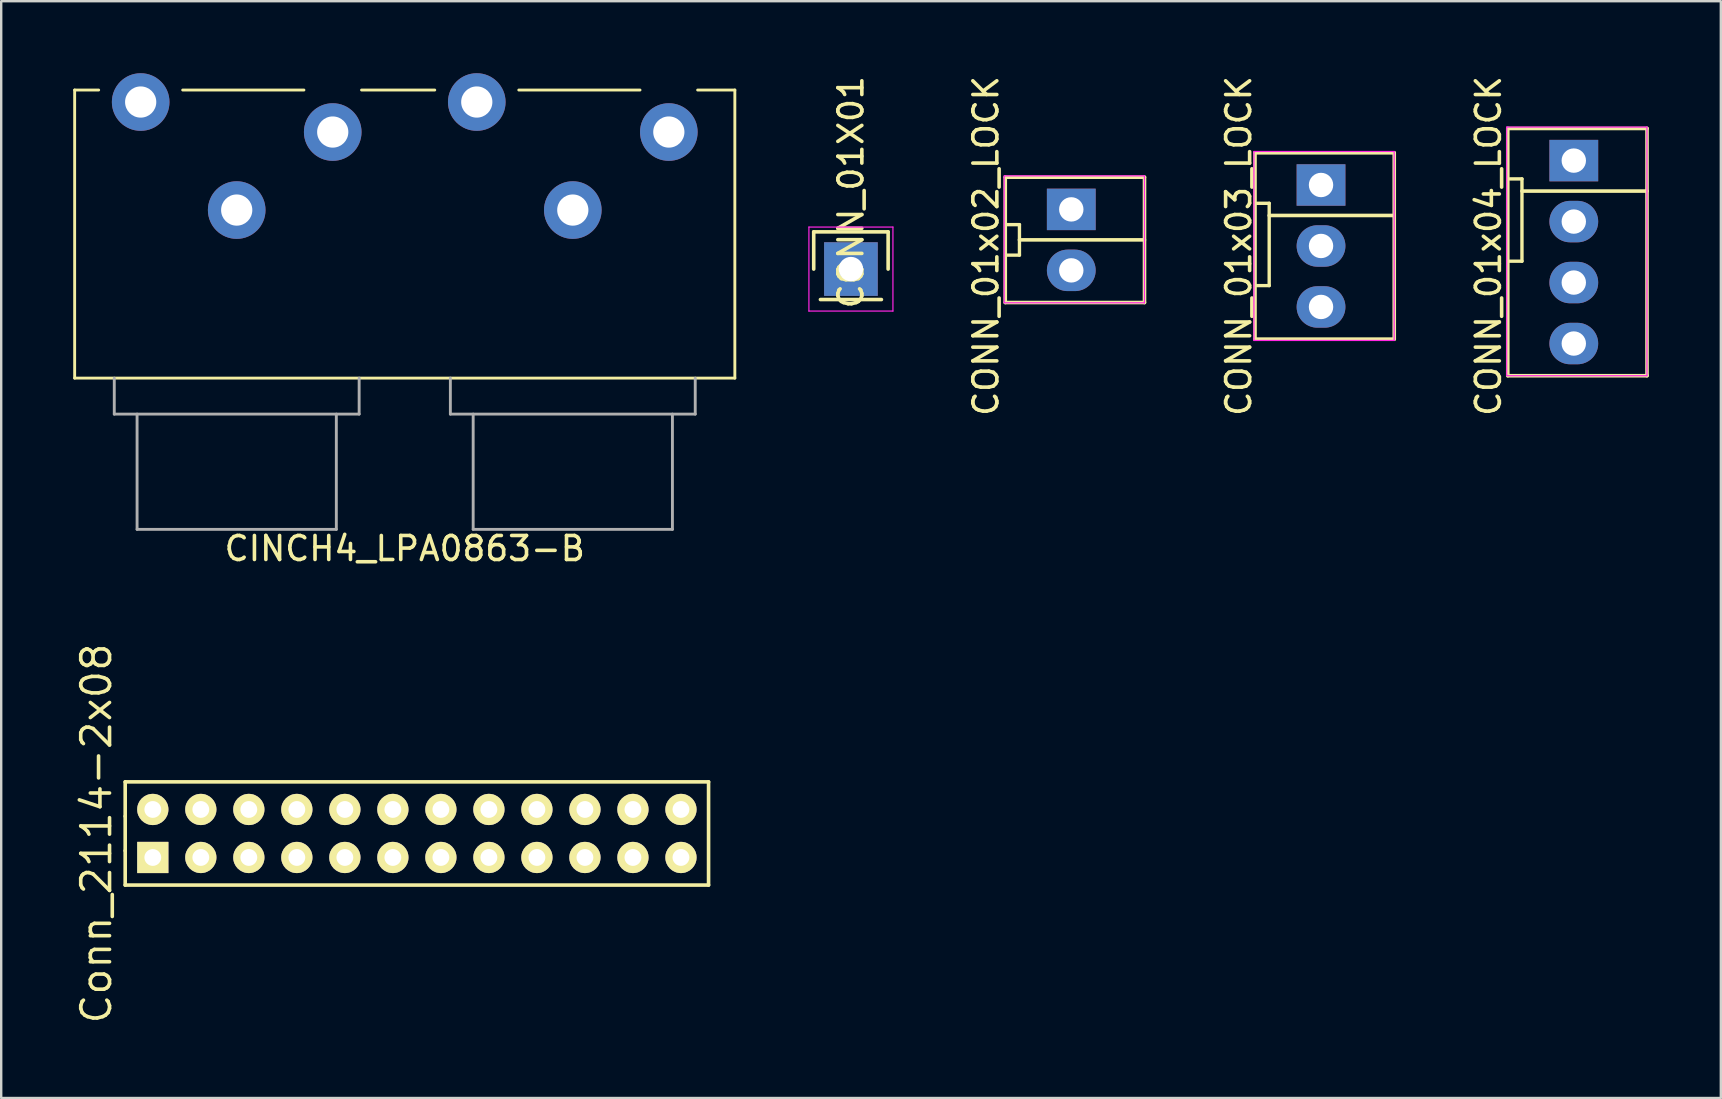
<source format=kicad_pcb>
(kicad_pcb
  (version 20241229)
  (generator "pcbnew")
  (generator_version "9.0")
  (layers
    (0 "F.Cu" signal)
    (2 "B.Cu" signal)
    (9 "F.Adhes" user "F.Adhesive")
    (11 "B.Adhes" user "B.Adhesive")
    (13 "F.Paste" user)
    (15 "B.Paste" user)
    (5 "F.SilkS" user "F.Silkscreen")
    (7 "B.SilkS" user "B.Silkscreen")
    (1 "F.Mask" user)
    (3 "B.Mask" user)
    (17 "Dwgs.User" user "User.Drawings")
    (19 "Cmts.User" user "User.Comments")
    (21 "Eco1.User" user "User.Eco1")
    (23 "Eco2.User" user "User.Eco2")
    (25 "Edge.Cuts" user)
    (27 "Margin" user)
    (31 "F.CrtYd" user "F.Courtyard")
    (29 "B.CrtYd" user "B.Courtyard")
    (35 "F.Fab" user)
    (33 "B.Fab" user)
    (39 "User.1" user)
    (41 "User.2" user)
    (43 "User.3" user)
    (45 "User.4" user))
  (footprint "CINCH4_LPA0863-B"
    (layer "F.Cu")
    (at 13.81 12.7)
    (property "Reference" "CINCH4_LPA0863-B" (at 0 7.1 0) (layer "F.SilkS") (effects (font (size 1 1) (thickness 0.15))))
    (attr through_hole)
    (fp_line (start -13.75 -12) (end -12.75 -12) (stroke (width 0.12) (type solid)) (layer "F.SilkS"))
    (fp_line (start -13.75 0) (end -13.75 -12) (stroke (width 0.12) (type solid)) (layer "F.SilkS"))
    (fp_line (start -13.75 0) (end 13.75 0) (stroke (width 0.12) (type solid)) (layer "F.SilkS"))
    (fp_line (start -9.25 -12) (end -4.2 -12) (stroke (width 0.12) (type solid)) (layer "F.SilkS"))
    (fp_line (start -1.8 -12) (end 1.25 -12) (stroke (width 0.12) (type solid)) (layer "F.SilkS"))
    (fp_line (start 9.8 -12) (end 4.75 -12) (stroke (width 0.12) (type solid)) (layer "F.SilkS"))
    (fp_line (start 13.75 -12) (end 12.2 -12) (stroke (width 0.12) (type solid)) (layer "F.SilkS"))
    (fp_line (start 13.75 0) (end 13.75 -12) (stroke (width 0.12) (type solid)) (layer "F.SilkS"))
    (fp_line (start -12.1 1.5) (end -12.1 0) (stroke (width 0.12) (type solid)) (layer "F.Fab"))
    (fp_line (start -11.15 1.5) (end -11.15 6.3) (stroke (width 0.12) (type solid)) (layer "F.Fab"))
    (fp_line (start -11.15 6.3) (end -2.85 6.3) (stroke (width 0.12) (type solid)) (layer "F.Fab"))
    (fp_line (start -2.85 6.3) (end -2.85 1.5) (stroke (width 0.12) (type solid)) (layer "F.Fab"))
    (fp_line (start -1.9 0) (end -1.9 1.5) (stroke (width 0.12) (type solid)) (layer "F.Fab"))
    (fp_line (start -1.9 1.5) (end -12.1 1.5) (stroke (width 0.12) (type solid)) (layer "F.Fab"))
    (fp_line (start 1.9 1.5) (end 1.9 0) (stroke (width 0.12) (type solid)) (layer "F.Fab"))
    (fp_line (start 2.85 1.5) (end 2.85 6.3) (stroke (width 0.12) (type solid)) (layer "F.Fab"))
    (fp_line (start 2.85 6.3) (end 11.15 6.3) (stroke (width 0.12) (type solid)) (layer "F.Fab"))
    (fp_line (start 11.15 6.3) (end 11.15 1.5) (stroke (width 0.12) (type solid)) (layer "F.Fab"))
    (fp_line (start 12.1 0) (end 12.1 1.5) (stroke (width 0.12) (type solid)) (layer "F.Fab"))
    (fp_line (start 12.1 1.5) (end 1.9 1.5) (stroke (width 0.12) (type solid)) (layer "F.Fab"))
    (pad "1" thru_hole circle (at -11 -11.5) (size 2.4 2.4) (drill 1.3) (layers "*.Cu" "*.Mask"))
    (pad "2" thru_hole circle (at -7 -7) (size 2.4 2.4) (drill 1.3) (layers "*.Cu" "*.Mask"))
    (pad "3" thru_hole circle (at -3 -10.25) (size 2.4 2.4) (drill 1.3) (layers "*.Cu" "*.Mask"))
    (pad "4" thru_hole circle (at 3 -11.5) (size 2.4 2.4) (drill 1.3) (layers "*.Cu" "*.Mask"))
    (pad "5" thru_hole circle (at 7 -7) (size 2.4 2.4) (drill 1.3) (layers "*.Cu" "*.Mask"))
    (pad "6" thru_hole circle (at 11 -10.25) (size 2.4 2.4) (drill 1.3) (layers "*.Cu" "*.Mask")))
  (footprint "CONN_01x04_LOCK"
    (layer "F.Cu")
    (at 62.506 7.45)
    (property "Reference" "CONN_01x04_LOCK" (at -3.556 -0.254 90) (layer "F.SilkS") (effects (font (size 1 1) (thickness 0.15))))
    (attr through_hole)
    (fp_line (start -2.75 -5.15) (end -2.75 5.15) (stroke (width 0.15) (type solid)) (layer "F.SilkS"))
    (fp_line (start -2.75 -5.15) (end 3.05 -5.15) (stroke (width 0.15) (type solid)) (layer "F.SilkS"))
    (fp_line (start -2.75 5.15) (end 3.05 5.15) (stroke (width 0.15) (type solid)) (layer "F.SilkS"))
    (fp_line (start -2.159 -3.048) (end -2.667 -3.048) (stroke (width 0.14) (type solid)) (layer "F.SilkS"))
    (fp_line (start -2.159 -3.048) (end -2.159 0.381) (stroke (width 0.14) (type solid)) (layer "F.SilkS"))
    (fp_line (start -2.159 0.381) (end -2.667 0.381) (stroke (width 0.14) (type solid)) (layer "F.SilkS"))
    (fp_line (start 3.048 -2.54) (end -2.159 -2.54) (stroke (width 0.15) (type solid)) (layer "F.SilkS"))
    (fp_line (start 3.05 5.15) (end 3.05 -5.15) (stroke (width 0.15) (type solid)) (layer "F.SilkS"))
    (fp_line (start -2.794 -5.207) (end -2.794 5.15) (stroke (width 0.05) (type solid)) (layer "F.CrtYd"))
    (fp_line (start -2.794 -5.207) (end 3.048 -5.207) (stroke (width 0.05) (type solid)) (layer "F.CrtYd"))
    (fp_line (start -2.794 5.15) (end 3.048 5.15) (stroke (width 0.05) (type solid)) (layer "F.CrtYd"))
    (fp_line (start 3.048 -5.207) (end 3.048 5.15) (stroke (width 0.05) (type solid)) (layer "F.CrtYd"))
    (pad "1" thru_hole rect (at 0 -3.81) (size 2.032 1.727) (drill 1.016) (layers "*.Cu" "*.Mask"))
    (pad "2" thru_hole oval (at 0 -1.27) (size 2.032 1.727) (drill 1.016) (layers "*.Cu" "*.Mask"))
    (pad "3" thru_hole oval (at 0 1.27) (size 2.032 1.727) (drill 1.016) (layers "*.Cu" "*.Mask"))
    (pad "4" thru_hole oval (at 0 3.81) (size 2.032 1.727) (drill 1.016) (layers "*.Cu" "*.Mask")))
  (footprint "CONN_01x02_LOCK"
    (layer "F.Cu")
    (at 41.574 6.942)
    (property "Reference" "CONN_01x02_LOCK" (at -3.556 0.254 90) (layer "F.SilkS") (effects (font (size 1 1) (thickness 0.15))))
    (attr through_hole)
    (fp_line (start -2.75 -2.61) (end -2.75 2.61) (stroke (width 0.15) (type solid)) (layer "F.SilkS"))
    (fp_line (start -2.75 -2.61) (end 3.05 -2.61) (stroke (width 0.15) (type solid)) (layer "F.SilkS"))
    (fp_line (start -2.75 2.61) (end 3.05 2.61) (stroke (width 0.15) (type solid)) (layer "F.SilkS"))
    (fp_line (start -2.159 -0.635) (end -2.667 -0.635) (stroke (width 0.14) (type solid)) (layer "F.SilkS"))
    (fp_line (start -2.159 -0.635) (end -2.159 0.635) (stroke (width 0.14) (type solid)) (layer "F.SilkS"))
    (fp_line (start -2.159 0.635) (end -2.667 0.635) (stroke (width 0.14) (type solid)) (layer "F.SilkS"))
    (fp_line (start 3.048 0) (end -2.159 0) (stroke (width 0.15) (type solid)) (layer "F.SilkS"))
    (fp_line (start 3.05 2.61) (end 3.05 -2.61) (stroke (width 0.15) (type solid)) (layer "F.SilkS"))
    (fp_line (start -2.794 -2.667) (end -2.794 2.62) (stroke (width 0.05) (type solid)) (layer "F.CrtYd"))
    (fp_line (start -2.794 -2.667) (end 3.048 -2.667) (stroke (width 0.05) (type solid)) (layer "F.CrtYd"))
    (fp_line (start -2.794 2.62) (end 3.048 2.62) (stroke (width 0.05) (type solid)) (layer "F.CrtYd"))
    (fp_line (start 3.048 -2.667) (end 3.048 2.62) (stroke (width 0.05) (type solid)) (layer "F.CrtYd"))
    (pad "1" thru_hole rect (at 0 -1.27) (size 2.032 1.727) (drill 1.016) (layers "*.Cu" "*.Mask"))
    (pad "2" thru_hole oval (at 0 1.27) (size 2.032 1.727) (drill 1.016) (layers "*.Cu" "*.Mask")))
  (footprint "CONN_01x03_LOCK"
    (layer "F.Cu")
    (at 51.977 7.196)
    (property "Reference" "CONN_01x03_LOCK" (at -3.429 0 90) (layer "F.SilkS") (effects (font (size 1 1) (thickness 0.15))))
    (attr through_hole)
    (fp_line (start -2.75 -3.88) (end -2.75 3.88) (stroke (width 0.15) (type solid)) (layer "F.SilkS"))
    (fp_line (start -2.75 -3.88) (end 3.05 -3.88) (stroke (width 0.15) (type solid)) (layer "F.SilkS"))
    (fp_line (start -2.75 3.88) (end 3.05 3.88) (stroke (width 0.15) (type solid)) (layer "F.SilkS"))
    (fp_line (start -2.159 -1.778) (end -2.667 -1.778) (stroke (width 0.14) (type solid)) (layer "F.SilkS"))
    (fp_line (start -2.159 -1.778) (end -2.159 1.651) (stroke (width 0.14) (type solid)) (layer "F.SilkS"))
    (fp_line (start -2.159 1.651) (end -2.667 1.651) (stroke (width 0.14) (type solid)) (layer "F.SilkS"))
    (fp_line (start 3.048 -1.27) (end -2.159 -1.27) (stroke (width 0.15) (type solid)) (layer "F.SilkS"))
    (fp_line (start 3.05 3.88) (end 3.05 -3.88) (stroke (width 0.15) (type solid)) (layer "F.SilkS"))
    (fp_line (start -2.794 -3.937) (end -2.794 3.937) (stroke (width 0.05) (type solid)) (layer "F.CrtYd"))
    (fp_line (start -2.794 -3.937) (end 3.048 -3.937) (stroke (width 0.05) (type solid)) (layer "F.CrtYd"))
    (fp_line (start -2.794 3.937) (end 3.048 3.937) (stroke (width 0.05) (type solid)) (layer "F.CrtYd"))
    (fp_line (start 3.048 -3.937) (end 3.048 3.937) (stroke (width 0.05) (type solid)) (layer "F.CrtYd"))
    (pad "1" thru_hole rect (at 0 -2.54) (size 2.032 1.727) (drill 1.016) (layers "*.Cu" "*.Mask"))
    (pad "2" thru_hole oval (at 0 0) (size 2.032 1.727) (drill 1.016) (layers "*.Cu" "*.Mask"))
    (pad "3" thru_hole oval (at 0 2.54) (size 2.032 1.727) (drill 1.016) (layers "*.Cu" "*.Mask")))
  (footprint "Conn_2114-2x08"
    (layer "F.Cu")
    (at 14.315 31.668)
    (property "Reference" "Conn_2114-2x08" (at -13.35 0 90) (layer "F.SilkS") (effects (font (size 1.2 1.2) (thickness 0.15))))
    (attr through_hole)
    (fp_line (start -12.15 -2.15) (end -12.15 -0.717) (stroke (width 0.15) (type solid)) (layer "F.SilkS"))
    (fp_line (start -12.15 -0.717) (end -12.15 0.717) (stroke (width 0.15) (type solid)) (layer "F.SilkS"))
    (fp_line (start -12.15 0.717) (end -12.15 2.15) (stroke (width 0.15) (type solid)) (layer "F.SilkS"))
    (fp_line (start -12.15 2.15) (end 12.15 2.15) (stroke (width 0.15) (type solid)) (layer "F.SilkS"))
    (fp_line (start 12.15 -2.15) (end -12.15 -2.15) (stroke (width 0.15) (type solid)) (layer "F.SilkS"))
    (fp_line (start 12.15 2.15) (end 12.15 -2.15) (stroke (width 0.15) (type solid)) (layer "F.SilkS"))
    (pad "1" thru_hole rect (at -11 1) (size 1.3 1.3) (drill 0.7) (layers "*.Cu" "*.Mask" "F.SilkS"))
    (pad "2" thru_hole circle (at -11 -1) (size 1.3 1.3) (drill 0.7) (layers "*.Cu" "*.Mask" "F.SilkS"))
    (pad "3" thru_hole circle (at -9 1) (size 1.3 1.3) (drill 0.7) (layers "*.Cu" "*.Mask" "F.SilkS"))
    (pad "4" thru_hole circle (at -9 -1) (size 1.3 1.3) (drill 0.7) (layers "*.Cu" "*.Mask" "F.SilkS"))
    (pad "5" thru_hole circle (at -7 1) (size 1.3 1.3) (drill 0.7) (layers "*.Cu" "*.Mask" "F.SilkS"))
    (pad "6" thru_hole circle (at -7 -1) (size 1.3 1.3) (drill 0.7) (layers "*.Cu" "*.Mask" "F.SilkS"))
    (pad "7" thru_hole circle (at -5 1) (size 1.3 1.3) (drill 0.7) (layers "*.Cu" "*.Mask" "F.SilkS"))
    (pad "8" thru_hole circle (at -5 -1) (size 1.3 1.3) (drill 0.7) (layers "*.Cu" "*.Mask" "F.SilkS"))
    (pad "9" thru_hole circle (at -3 1) (size 1.3 1.3) (drill 0.7) (layers "*.Cu" "*.Mask" "F.SilkS"))
    (pad "10" thru_hole circle (at -3 -1) (size 1.3 1.3) (drill 0.7) (layers "*.Cu" "*.Mask" "F.SilkS"))
    (pad "11" thru_hole circle (at -1 1) (size 1.3 1.3) (drill 0.7) (layers "*.Cu" "*.Mask" "F.SilkS"))
    (pad "12" thru_hole circle (at -1 -1) (size 1.3 1.3) (drill 0.7) (layers "*.Cu" "*.Mask" "F.SilkS"))
    (pad "13" thru_hole circle (at 1 1) (size 1.3 1.3) (drill 0.7) (layers "*.Cu" "*.Mask" "F.SilkS"))
    (pad "14" thru_hole circle (at 1 -1) (size 1.3 1.3) (drill 0.7) (layers "*.Cu" "*.Mask" "F.SilkS"))
    (pad "15" thru_hole circle (at 3 1) (size 1.3 1.3) (drill 0.7) (layers "*.Cu" "*.Mask" "F.SilkS"))
    (pad "16" thru_hole circle (at 3 -1) (size 1.3 1.3) (drill 0.7) (layers "*.Cu" "*.Mask" "F.SilkS"))
    (pad "17" thru_hole circle (at 5 1) (size 1.3 1.3) (drill 0.7) (layers "*.Cu" "*.Mask" "F.SilkS"))
    (pad "18" thru_hole circle (at 5 -1) (size 1.3 1.3) (drill 0.7) (layers "*.Cu" "*.Mask" "F.SilkS"))
    (pad "19" thru_hole circle (at 7 1) (size 1.3 1.3) (drill 0.7) (layers "*.Cu" "*.Mask" "F.SilkS"))
    (pad "20" thru_hole circle (at 7 -1) (size 1.3 1.3) (drill 0.7) (layers "*.Cu" "*.Mask" "F.SilkS"))
    (pad "21" thru_hole circle (at 9 1) (size 1.3 1.3) (drill 0.7) (layers "*.Cu" "*.Mask" "F.SilkS"))
    (pad "22" thru_hole circle (at 9 -1) (size 1.3 1.3) (drill 0.7) (layers "*.Cu" "*.Mask" "F.SilkS"))
    (pad "23" thru_hole circle (at 11 1) (size 1.3 1.3) (drill 0.7) (layers "*.Cu" "*.Mask" "F.SilkS"))
    (pad "24" thru_hole circle (at 11 -1) (size 1.3 1.3) (drill 0.7) (layers "*.Cu" "*.Mask" "F.SilkS")))
  (footprint "CONN_01X01"
    (layer "F.Cu")
    (at 32.395 8.158)
    (property "Reference" "CONN_01X01" (at 0 -3.2 90) (layer "F.SilkS") (effects (font (size 1 1) (thickness 0.15))))
    (attr through_hole)
    (fp_line (start -1.55 -1.55) (end 1.55 -1.55) (stroke (width 0.15) (type solid)) (layer "F.SilkS"))
    (fp_line (start -1.55 0) (end -1.55 -1.55) (stroke (width 0.15) (type solid)) (layer "F.SilkS"))
    (fp_line (start -1.27 1.27) (end 1.27 1.27) (stroke (width 0.15) (type solid)) (layer "F.SilkS"))
    (fp_line (start 1.55 -1.55) (end 1.55 0) (stroke (width 0.15) (type solid)) (layer "F.SilkS"))
    (fp_line (start -1.75 -1.75) (end -1.75 1.75) (stroke (width 0.05) (type solid)) (layer "F.CrtYd"))
    (fp_line (start -1.75 -1.75) (end 1.75 -1.75) (stroke (width 0.05) (type solid)) (layer "F.CrtYd"))
    (fp_line (start -1.75 1.75) (end 1.75 1.75) (stroke (width 0.05) (type solid)) (layer "F.CrtYd"))
    (fp_line (start 1.75 -1.75) (end 1.75 1.75) (stroke (width 0.05) (type solid)) (layer "F.CrtYd"))
    (pad "1" thru_hole rect (at 0 0) (size 2.235 2.235) (drill 1.016) (layers "*.Cu" "*.Mask")))
  (gr_rect
    (start -3 -3)
    (end 68.631 42.687)
    (stroke (width 0.1) (type default))
    (fill no)
    (layer "Edge.Cuts")))
</source>
